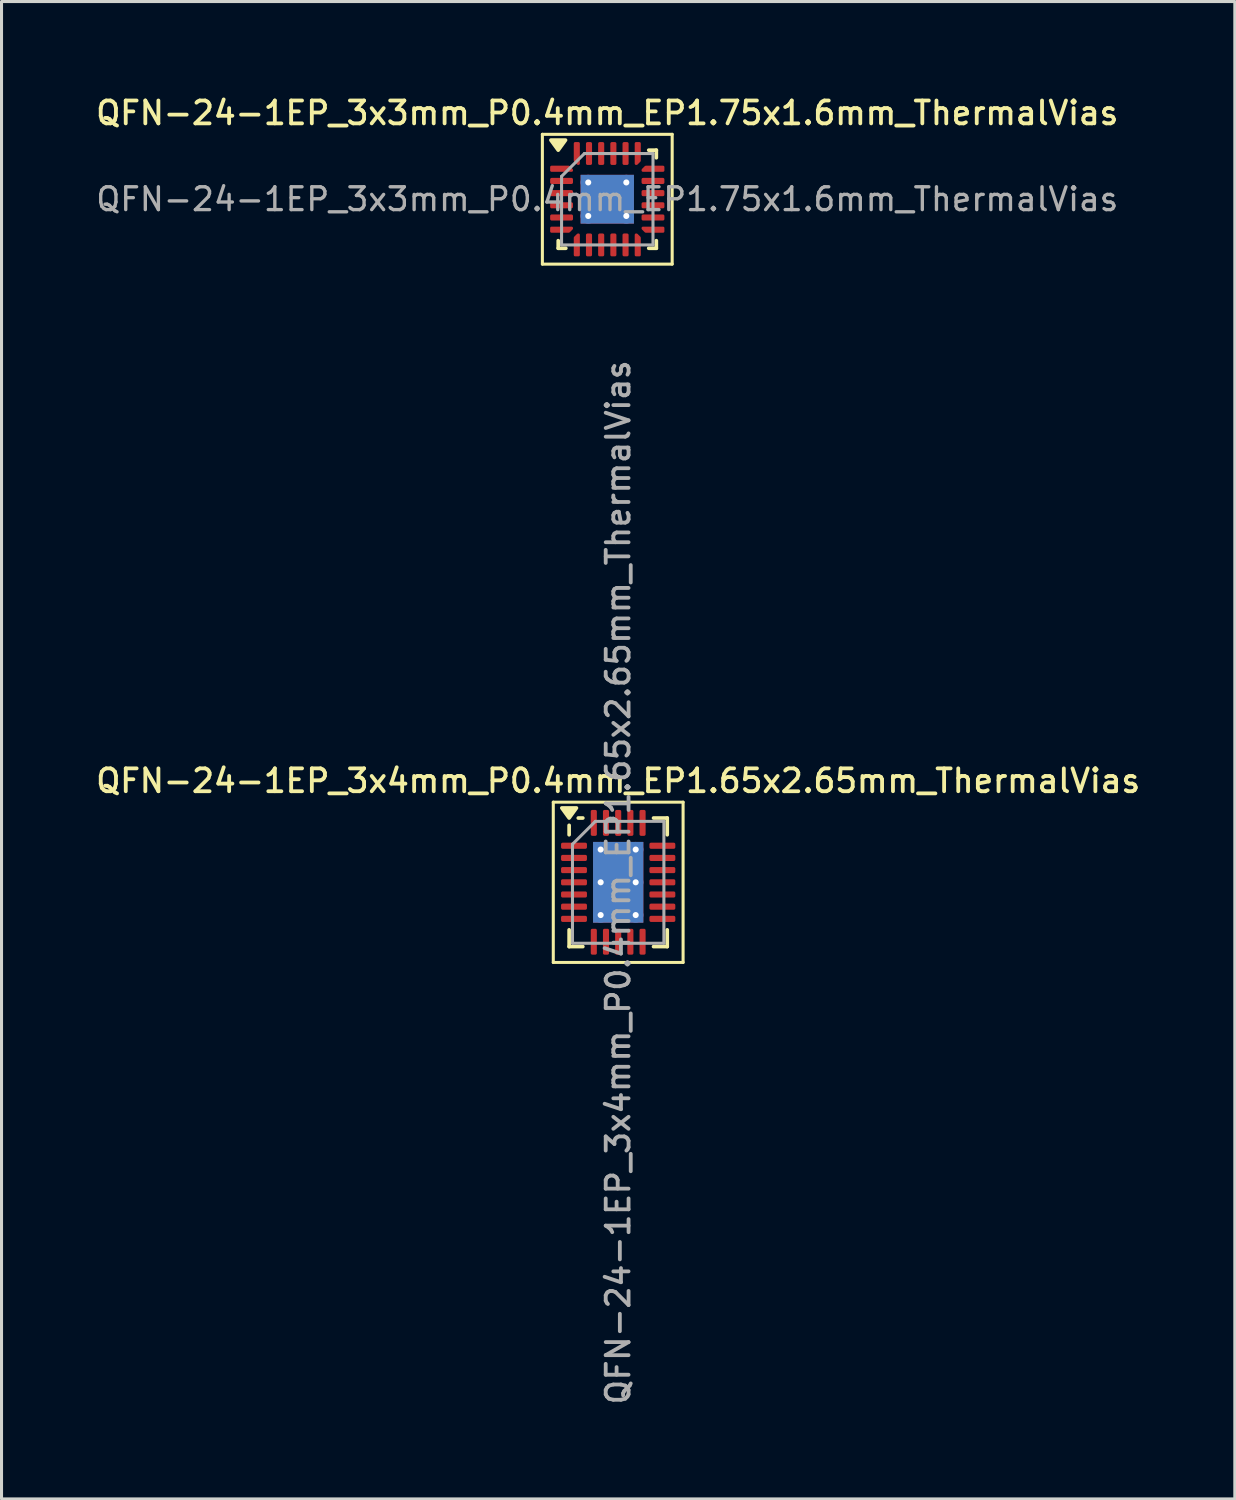
<source format=kicad_pcb>
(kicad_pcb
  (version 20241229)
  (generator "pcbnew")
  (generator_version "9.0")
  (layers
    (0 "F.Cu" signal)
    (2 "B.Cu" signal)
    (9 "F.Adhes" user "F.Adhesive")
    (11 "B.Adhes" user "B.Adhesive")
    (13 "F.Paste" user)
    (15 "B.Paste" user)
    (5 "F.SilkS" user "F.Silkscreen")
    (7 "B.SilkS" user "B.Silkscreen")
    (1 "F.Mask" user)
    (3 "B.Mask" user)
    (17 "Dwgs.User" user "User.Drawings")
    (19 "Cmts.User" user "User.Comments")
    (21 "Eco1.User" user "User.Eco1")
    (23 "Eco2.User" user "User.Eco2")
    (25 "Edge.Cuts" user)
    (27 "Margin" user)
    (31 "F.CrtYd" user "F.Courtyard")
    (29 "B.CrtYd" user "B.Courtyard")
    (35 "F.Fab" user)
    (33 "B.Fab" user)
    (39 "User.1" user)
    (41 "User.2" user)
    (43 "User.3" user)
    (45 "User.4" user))
  (footprint "QFN-24-1EP_3x3mm_P0.4mm_EP1.75x1.6mm_ThermalVias"
    (layer "F.Cu")
    (at 16.88 3.488)
    (property "Reference" "QFN-24-1EP_3x3mm_P0.4mm_EP1.75x1.6mm_ThermalVias" (at 0 -2.83 0) (layer "F.SilkS") (effects (font (size 0.75 0.75) (thickness 0.125))))
    (attr smd)
    (fp_line (start -2.13 -2.13) (end -2.13 2.13) (stroke (width 0.1) (type solid)) (layer "F.SilkS"))
    (fp_line (start -2.13 2.13) (end 2.13 2.13) (stroke (width 0.1) (type solid)) (layer "F.SilkS"))
    (fp_line (start -1.61 1.61) (end -1.61 1.36) (stroke (width 0.12) (type solid)) (layer "F.SilkS"))
    (fp_line (start -1.36 1.61) (end -1.61 1.61) (stroke (width 0.12) (type solid)) (layer "F.SilkS"))
    (fp_line (start 1.36 -1.61) (end 1.61 -1.61) (stroke (width 0.12) (type solid)) (layer "F.SilkS"))
    (fp_line (start 1.36 1.61) (end 1.61 1.61) (stroke (width 0.12) (type solid)) (layer "F.SilkS"))
    (fp_line (start 1.61 -1.61) (end 1.61 -1.36) (stroke (width 0.12) (type solid)) (layer "F.SilkS"))
    (fp_line (start 1.61 1.61) (end 1.61 1.36) (stroke (width 0.12) (type solid)) (layer "F.SilkS"))
    (fp_line (start 2.13 -2.13) (end -2.13 -2.13) (stroke (width 0.1) (type solid)) (layer "F.SilkS"))
    (fp_line (start 2.13 2.13) (end 2.13 -2.13) (stroke (width 0.1) (type solid)) (layer "F.SilkS"))
    (fp_poly (pts (xy -1.61 -1.61) (xy -1.85 -1.94) (xy -1.37 -1.94) (xy -1.61 -1.61)) (stroke (width 0.12) (type solid)) (fill yes) (layer "F.SilkS"))
    (fp_line (start -1.5 -0.75) (end -0.75 -1.5) (stroke (width 0.1) (type solid)) (layer "F.Fab"))
    (fp_line (start -1.5 1.5) (end -1.5 -0.75) (stroke (width 0.1) (type solid)) (layer "F.Fab"))
    (fp_line (start -0.75 -1.5) (end 1.5 -1.5) (stroke (width 0.1) (type solid)) (layer "F.Fab"))
    (fp_line (start 1.5 -1.5) (end 1.5 1.5) (stroke (width 0.1) (type solid)) (layer "F.Fab"))
    (fp_line (start 1.5 1.5) (end -1.5 1.5) (stroke (width 0.1) (type solid)) (layer "F.Fab"))
    (fp_text user "${REFERENCE}" (at 0 0 0) (layer "F.Fab") (effects (font (size 0.75 0.75) (thickness 0.11))))
    (pad "" smd roundrect (at -0.44 -0.4) (size 0.76 0.69) (layers "F.Paste") (roundrect_rratio 0.25))
    (pad "" smd roundrect (at -0.44 0.4) (size 0.76 0.69) (layers "F.Paste") (roundrect_rratio 0.25))
    (pad "" smd roundrect (at 0.44 -0.4) (size 0.76 0.69) (layers "F.Paste") (roundrect_rratio 0.25))
    (pad "" smd roundrect (at 0.44 0.4) (size 0.76 0.69) (layers "F.Paste") (roundrect_rratio 0.25))
    (pad "1" smd custom (at -1.5 -1) (size 0.115 0.115) (layers "F.Cu" "F.Mask" "F.Paste") (options (anchor circle)) (primitives (gr_poly (pts (xy -0.335 -0.06) (xy 0.238 -0.06) (xy 0.335 0.037) (xy 0.335 0.06) (xy -0.335 0.06)) (width 0.08) (fill yes))))
    (pad "2" smd roundrect (at -1.5 -0.6) (size 0.75 0.2) (layers "F.Cu" "F.Mask" "F.Paste") (roundrect_rratio 0.25))
    (pad "3" smd roundrect (at -1.5 -0.2) (size 0.75 0.2) (layers "F.Cu" "F.Mask" "F.Paste") (roundrect_rratio 0.25))
    (pad "4" smd roundrect (at -1.5 0.2) (size 0.75 0.2) (layers "F.Cu" "F.Mask" "F.Paste") (roundrect_rratio 0.25))
    (pad "5" smd roundrect (at -1.5 0.6) (size 0.75 0.2) (layers "F.Cu" "F.Mask" "F.Paste") (roundrect_rratio 0.25))
    (pad "6" smd custom (at -1.5 1) (size 0.115 0.115) (layers "F.Cu" "F.Mask" "F.Paste") (options (anchor circle)) (primitives (gr_poly (pts (xy -0.335 -0.06) (xy 0.335 -0.06) (xy 0.335 -0.037) (xy 0.238 0.06) (xy -0.335 0.06)) (width 0.08) (fill yes))))
    (pad "7" smd custom (at -1 1.5) (size 0.115 0.115) (layers "F.Cu" "F.Mask" "F.Paste") (options (anchor circle)) (primitives (gr_poly (pts (xy -0.06 -0.238) (xy 0.037 -0.335) (xy 0.06 -0.335) (xy 0.06 0.335) (xy -0.06 0.335)) (width 0.08) (fill yes))))
    (pad "8" smd roundrect (at -0.6 1.5) (size 0.2 0.75) (layers "F.Cu" "F.Mask" "F.Paste") (roundrect_rratio 0.25))
    (pad "9" smd roundrect (at -0.2 1.5) (size 0.2 0.75) (layers "F.Cu" "F.Mask" "F.Paste") (roundrect_rratio 0.25))
    (pad "10" smd roundrect (at 0.2 1.5) (size 0.2 0.75) (layers "F.Cu" "F.Mask" "F.Paste") (roundrect_rratio 0.25))
    (pad "11" smd roundrect (at 0.6 1.5) (size 0.2 0.75) (layers "F.Cu" "F.Mask" "F.Paste") (roundrect_rratio 0.25))
    (pad "12" smd custom (at 1 1.5) (size 0.115 0.115) (layers "F.Cu" "F.Mask" "F.Paste") (options (anchor circle)) (primitives (gr_poly (pts (xy -0.06 -0.335) (xy -0.037 -0.335) (xy 0.06 -0.238) (xy 0.06 0.335) (xy -0.06 0.335)) (width 0.08) (fill yes))))
    (pad "13" smd custom (at 1.5 1) (size 0.115 0.115) (layers "F.Cu" "F.Mask" "F.Paste") (options (anchor circle)) (primitives (gr_poly (pts (xy -0.335 -0.06) (xy 0.335 -0.06) (xy 0.335 0.06) (xy -0.238 0.06) (xy -0.335 -0.037)) (width 0.08) (fill yes))))
    (pad "14" smd roundrect (at 1.5 0.6) (size 0.75 0.2) (layers "F.Cu" "F.Mask" "F.Paste") (roundrect_rratio 0.25))
    (pad "15" smd roundrect (at 1.5 0.2) (size 0.75 0.2) (layers "F.Cu" "F.Mask" "F.Paste") (roundrect_rratio 0.25))
    (pad "16" smd roundrect (at 1.5 -0.2) (size 0.75 0.2) (layers "F.Cu" "F.Mask" "F.Paste") (roundrect_rratio 0.25))
    (pad "17" smd roundrect (at 1.5 -0.6) (size 0.75 0.2) (layers "F.Cu" "F.Mask" "F.Paste") (roundrect_rratio 0.25))
    (pad "18" smd custom (at 1.5 -1) (size 0.115 0.115) (layers "F.Cu" "F.Mask" "F.Paste") (options (anchor circle)) (primitives (gr_poly (pts (xy -0.335 0.037) (xy -0.238 -0.06) (xy 0.335 -0.06) (xy 0.335 0.06) (xy -0.335 0.06)) (width 0.08) (fill yes))))
    (pad "19" smd custom (at 1 -1.5) (size 0.115 0.115) (layers "F.Cu" "F.Mask" "F.Paste") (options (anchor circle)) (primitives (gr_poly (pts (xy -0.06 -0.335) (xy 0.06 -0.335) (xy 0.06 0.238) (xy -0.037 0.335) (xy -0.06 0.335)) (width 0.08) (fill yes))))
    (pad "20" smd roundrect (at 0.6 -1.5) (size 0.2 0.75) (layers "F.Cu" "F.Mask" "F.Paste") (roundrect_rratio 0.25))
    (pad "21" smd roundrect (at 0.2 -1.5) (size 0.2 0.75) (layers "F.Cu" "F.Mask" "F.Paste") (roundrect_rratio 0.25))
    (pad "22" smd roundrect (at -0.2 -1.5) (size 0.2 0.75) (layers "F.Cu" "F.Mask" "F.Paste") (roundrect_rratio 0.25))
    (pad "23" smd roundrect (at -0.6 -1.5) (size 0.2 0.75) (layers "F.Cu" "F.Mask" "F.Paste") (roundrect_rratio 0.25))
    (pad "24" smd custom (at -1 -1.5) (size 0.115 0.115) (layers "F.Cu" "F.Mask" "F.Paste") (options (anchor circle)) (primitives (gr_poly (pts (xy -0.06 -0.335) (xy 0.06 -0.335) (xy 0.06 0.335) (xy 0.037 0.335) (xy -0.06 0.238)) (width 0.08) (fill yes))))
    (pad "25" thru_hole circle (at -0.625 -0.55) (size 0.5 0.5) (drill 0.2) (property pad_prop_heatsink) (layers "*.Cu"))
    (pad "25" thru_hole circle (at -0.625 0.55) (size 0.5 0.5) (drill 0.2) (property pad_prop_heatsink) (layers "*.Cu"))
    (pad "25" smd rect (at 0 0) (size 1.75 1.6) (property pad_prop_heatsink) (layers "F.Cu" "F.Mask"))
    (pad "25" smd rect (at 0 0) (size 1.75 1.6) (property pad_prop_heatsink) (layers "B.Cu"))
    (pad "25" thru_hole circle (at 0.625 -0.55) (size 0.5 0.5) (drill 0.2) (property pad_prop_heatsink) (layers "*.Cu"))
    (pad "25" thru_hole circle (at 0.625 0.55) (size 0.5 0.5) (drill 0.2) (property pad_prop_heatsink) (layers "*.Cu")))
  (footprint "QFN-24-1EP_3x4mm_P0.4mm_EP1.65x2.65mm_ThermalVias"
    (layer "F.Cu")
    (at 17.238 25.906)
    (property "Reference" "QFN-24-1EP_3x4mm_P0.4mm_EP1.65x2.65mm_ThermalVias" (at 0 -3.33 0) (layer "F.SilkS") (effects (font (size 0.75 0.75) (thickness 0.125))))
    (attr smd)
    (fp_line (start -2.13 -2.63) (end -2.13 2.63) (stroke (width 0.1) (type solid)) (layer "F.SilkS"))
    (fp_line (start -2.13 2.63) (end 2.13 2.63) (stroke (width 0.1) (type solid)) (layer "F.SilkS"))
    (fp_line (start -1.61 -1.56) (end -1.61 -1.87) (stroke (width 0.12) (type solid)) (layer "F.SilkS"))
    (fp_line (start -1.61 2.11) (end -1.61 1.56) (stroke (width 0.12) (type solid)) (layer "F.SilkS"))
    (fp_line (start -1.16 -2.11) (end -1.31 -2.11) (stroke (width 0.12) (type solid)) (layer "F.SilkS"))
    (fp_line (start -1.16 2.11) (end -1.61 2.11) (stroke (width 0.12) (type solid)) (layer "F.SilkS"))
    (fp_line (start 1.16 -2.11) (end 1.61 -2.11) (stroke (width 0.12) (type solid)) (layer "F.SilkS"))
    (fp_line (start 1.16 2.11) (end 1.61 2.11) (stroke (width 0.12) (type solid)) (layer "F.SilkS"))
    (fp_line (start 1.61 -2.11) (end 1.61 -1.56) (stroke (width 0.12) (type solid)) (layer "F.SilkS"))
    (fp_line (start 1.61 2.11) (end 1.61 1.56) (stroke (width 0.12) (type solid)) (layer "F.SilkS"))
    (fp_line (start 2.13 -2.63) (end -2.13 -2.63) (stroke (width 0.1) (type solid)) (layer "F.SilkS"))
    (fp_line (start 2.13 2.63) (end 2.13 -2.63) (stroke (width 0.1) (type solid)) (layer "F.SilkS"))
    (fp_poly (pts (xy -1.61 -2.11) (xy -1.85 -2.44) (xy -1.37 -2.44) (xy -1.61 -2.11)) (stroke (width 0.12) (type solid)) (fill yes) (layer "F.SilkS"))
    (fp_line (start -1.5 -1.25) (end -0.75 -2) (stroke (width 0.1) (type solid)) (layer "F.Fab"))
    (fp_line (start -1.5 2) (end -1.5 -1.25) (stroke (width 0.1) (type solid)) (layer "F.Fab"))
    (fp_line (start -0.75 -2) (end 1.5 -2) (stroke (width 0.1) (type solid)) (layer "F.Fab"))
    (fp_line (start 1.5 -2) (end 1.5 2) (stroke (width 0.1) (type solid)) (layer "F.Fab"))
    (fp_line (start 1.5 2) (end -1.5 2) (stroke (width 0.1) (type solid)) (layer "F.Fab"))
    (fp_text user "${REFERENCE}" (at 0 0 90) (layer "F.Fab") (effects (font (size 0.75 0.75) (thickness 0.125))))
    (pad "" smd roundrect (at -0.41 -0.88) (size 0.71 0.76) (layers "F.Paste") (roundrect_rratio 0.25))
    (pad "" smd roundrect (at -0.41 0) (size 0.71 0.76) (layers "F.Paste") (roundrect_rratio 0.25))
    (pad "" smd roundrect (at -0.41 0.88) (size 0.71 0.76) (layers "F.Paste") (roundrect_rratio 0.25))
    (pad "" smd roundrect (at 0.41 -0.88) (size 0.71 0.76) (layers "F.Paste") (roundrect_rratio 0.25))
    (pad "" smd roundrect (at 0.41 0) (size 0.71 0.76) (layers "F.Paste") (roundrect_rratio 0.25))
    (pad "" smd roundrect (at 0.41 0.88) (size 0.71 0.76) (layers "F.Paste") (roundrect_rratio 0.25))
    (pad "1" smd roundrect (at -1.45 -1.2) (size 0.85 0.2) (layers "F.Cu" "F.Mask" "F.Paste") (roundrect_rratio 0.25))
    (pad "2" smd roundrect (at -1.45 -0.8) (size 0.85 0.2) (layers "F.Cu" "F.Mask" "F.Paste") (roundrect_rratio 0.25))
    (pad "3" smd roundrect (at -1.45 -0.4) (size 0.85 0.2) (layers "F.Cu" "F.Mask" "F.Paste") (roundrect_rratio 0.25))
    (pad "4" smd roundrect (at -1.45 0) (size 0.85 0.2) (layers "F.Cu" "F.Mask" "F.Paste") (roundrect_rratio 0.25))
    (pad "5" smd roundrect (at -1.45 0.4) (size 0.85 0.2) (layers "F.Cu" "F.Mask" "F.Paste") (roundrect_rratio 0.25))
    (pad "6" smd roundrect (at -1.45 0.8) (size 0.85 0.2) (layers "F.Cu" "F.Mask" "F.Paste") (roundrect_rratio 0.25))
    (pad "7" smd roundrect (at -1.45 1.2) (size 0.85 0.2) (layers "F.Cu" "F.Mask" "F.Paste") (roundrect_rratio 0.25))
    (pad "8" smd roundrect (at -0.8 1.95) (size 0.2 0.85) (layers "F.Cu" "F.Mask" "F.Paste") (roundrect_rratio 0.25))
    (pad "9" smd roundrect (at -0.4 1.95) (size 0.2 0.85) (layers "F.Cu" "F.Mask" "F.Paste") (roundrect_rratio 0.25))
    (pad "10" smd roundrect (at 0 1.95) (size 0.2 0.85) (layers "F.Cu" "F.Mask" "F.Paste") (roundrect_rratio 0.25))
    (pad "11" smd roundrect (at 0.4 1.95) (size 0.2 0.85) (layers "F.Cu" "F.Mask" "F.Paste") (roundrect_rratio 0.25))
    (pad "12" smd roundrect (at 0.8 1.95) (size 0.2 0.85) (layers "F.Cu" "F.Mask" "F.Paste") (roundrect_rratio 0.25))
    (pad "13" smd roundrect (at 1.45 1.2) (size 0.85 0.2) (layers "F.Cu" "F.Mask" "F.Paste") (roundrect_rratio 0.25))
    (pad "14" smd roundrect (at 1.45 0.8) (size 0.85 0.2) (layers "F.Cu" "F.Mask" "F.Paste") (roundrect_rratio 0.25))
    (pad "15" smd roundrect (at 1.45 0.4) (size 0.85 0.2) (layers "F.Cu" "F.Mask" "F.Paste") (roundrect_rratio 0.25))
    (pad "16" smd roundrect (at 1.45 0) (size 0.85 0.2) (layers "F.Cu" "F.Mask" "F.Paste") (roundrect_rratio 0.25))
    (pad "17" smd roundrect (at 1.45 -0.4) (size 0.85 0.2) (layers "F.Cu" "F.Mask" "F.Paste") (roundrect_rratio 0.25))
    (pad "18" smd roundrect (at 1.45 -0.8) (size 0.85 0.2) (layers "F.Cu" "F.Mask" "F.Paste") (roundrect_rratio 0.25))
    (pad "19" smd roundrect (at 1.45 -1.2) (size 0.85 0.2) (layers "F.Cu" "F.Mask" "F.Paste") (roundrect_rratio 0.25))
    (pad "20" smd roundrect (at 0.8 -1.95) (size 0.2 0.85) (layers "F.Cu" "F.Mask" "F.Paste") (roundrect_rratio 0.25))
    (pad "21" smd roundrect (at 0.4 -1.95) (size 0.2 0.85) (layers "F.Cu" "F.Mask" "F.Paste") (roundrect_rratio 0.25))
    (pad "22" smd roundrect (at 0 -1.95) (size 0.2 0.85) (layers "F.Cu" "F.Mask" "F.Paste") (roundrect_rratio 0.25))
    (pad "23" smd roundrect (at -0.4 -1.95) (size 0.2 0.85) (layers "F.Cu" "F.Mask" "F.Paste") (roundrect_rratio 0.25))
    (pad "24" smd roundrect (at -0.8 -1.95) (size 0.2 0.85) (layers "F.Cu" "F.Mask" "F.Paste") (roundrect_rratio 0.25))
    (pad "25" thru_hole circle (at -0.575 -1.075) (size 0.5 0.5) (drill 0.2) (property pad_prop_heatsink) (layers "*.Cu"))
    (pad "25" thru_hole circle (at -0.575 0) (size 0.5 0.5) (drill 0.2) (property pad_prop_heatsink) (layers "*.Cu"))
    (pad "25" thru_hole circle (at -0.575 1.075) (size 0.5 0.5) (drill 0.2) (property pad_prop_heatsink) (layers "*.Cu"))
    (pad "25" smd rect (at 0 0) (size 1.65 2.65) (property pad_prop_heatsink) (layers "F.Cu" "F.Mask"))
    (pad "25" smd rect (at 0 0) (size 1.65 2.65) (property pad_prop_heatsink) (layers "B.Cu"))
    (pad "25" thru_hole circle (at 0.575 -1.075) (size 0.5 0.5) (drill 0.2) (property pad_prop_heatsink) (layers "*.Cu"))
    (pad "25" thru_hole circle (at 0.575 0) (size 0.5 0.5) (drill 0.2) (property pad_prop_heatsink) (layers "*.Cu"))
    (pad "25" thru_hole circle (at 0.575 1.075) (size 0.5 0.5) (drill 0.2) (property pad_prop_heatsink) (layers "*.Cu")))
  (gr_rect
    (start -3 -3)
    (end 37.475 46.143)
    (stroke (width 0.1) (type default))
    (fill no)
    (layer "Edge.Cuts")))
</source>
